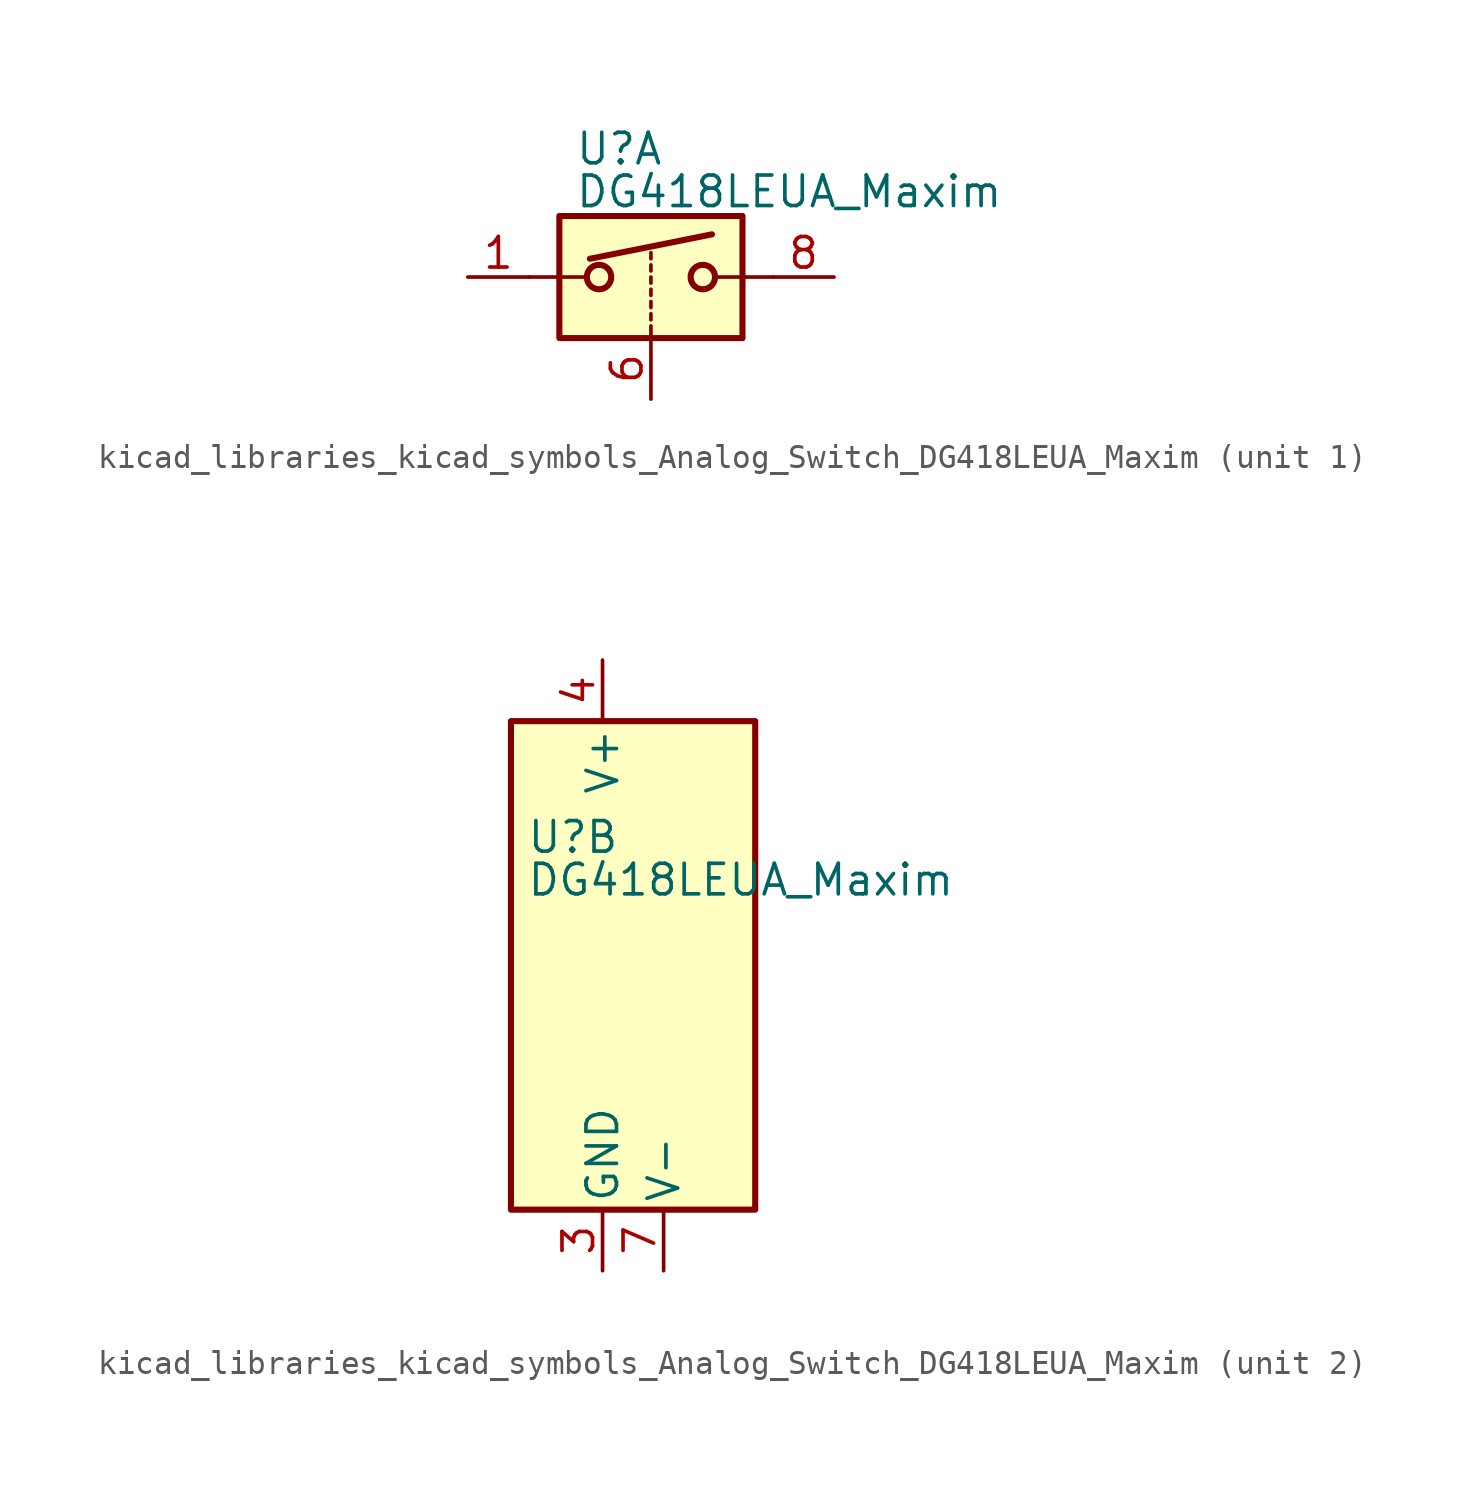
<source format=kicad_sym>
(kicad_symbol_lib
  (version 20220914)
  (generator kicad_symbol_editor)
  (symbol "kicad_libraries_kicad_symbols_Analog_Switch_DG418LEUA_Maxim"
    (pin_names
      (offset 0.254))
    (property "Reference" "U"
      (at -3.175 5.334 0)
      (effects (font (size 1.27 1.27)) (justify left)))
    (property "Value" "DG418LEUA_Maxim"
      (at -3.175 3.556 0)
      (effects (font (size 1.27 1.27)) (justify left)))
    (symbol "kicad_libraries_kicad_symbols_Analog_Switch_DG418LEUA_Maxim_1_1"
      (rectangle (start -3.81 2.54) (end 3.81 -2.54) (stroke (width 0.254) (type default)) (fill (type background)))
      (circle (center -2.159 0) (radius 0.508) (stroke (width 0.254) (type default)) (fill (type none)))
      (polyline (pts (xy -5.08 0) (xy -2.794 0)) (stroke (width 0) (type default)) (fill (type none)))
      (polyline (pts (xy -2.54 0.762) (xy 2.54 1.778)) (stroke (width 0.254) (type default)) (fill (type none)))
      (polyline (pts (xy 0 -2.54) (xy 0 -2.032)) (stroke (width 0) (type default)) (fill (type none)))
      (polyline (pts (xy 0 -1.778) (xy 0 -1.524)) (stroke (width 0) (type default)) (fill (type none)))
      (polyline (pts (xy 0 -1.27) (xy 0 -1.016)) (stroke (width 0) (type default)) (fill (type none)))
      (polyline (pts (xy 0 -0.762) (xy 0 -0.508)) (stroke (width 0) (type default)) (fill (type none)))
      (polyline (pts (xy 0 -0.254) (xy 0 0)) (stroke (width 0) (type default)) (fill (type none)))
      (polyline (pts (xy 0 0.254) (xy 0 0.508)) (stroke (width 0) (type default)) (fill (type none)))
      (polyline (pts (xy 0 0.762) (xy 0 1.016)) (stroke (width 0) (type default)) (fill (type none)))
      (polyline (pts (xy 5.08 0) (xy 2.794 0)) (stroke (width 0) (type default)) (fill (type none)))
      (circle (center 2.159 0) (radius 0.508) (stroke (width 0.254) (type default)) (fill (type none)))
      (pin passive line (at -7.62 0 0) (length 2.54) (name "~" (effects (font (size 1.27 1.27)))) (number "1" (effects (font (size 1.27 1.27)))))
      (pin input line (at 0 -5.08 90) (length 2.54) (name "~" (effects (font (size 1.27 1.27)))) (number "6" (effects (font (size 1.27 1.27)))))
      (pin passive line (at 7.62 0 180) (length 2.54) (name "~" (effects (font (size 1.27 1.27)))) (number "8" (effects (font (size 1.27 1.27))))))
    (symbol "kicad_libraries_kicad_symbols_Analog_Switch_DG418LEUA_Maxim_2_0"
      (pin no_connect line (at -2.54 10.16 270) (length 2.54) hide (name "NC" (effects (font (size 1.27 1.27)))) (number "2" (effects (font (size 1.27 1.27)))))
      (pin power_in line (at 0 -12.7 90) (length 2.54) (name "GND" (effects (font (size 1.27 1.27)))) (number "3" (effects (font (size 1.27 1.27)))))
      (pin power_in line (at 0 12.7 270) (length 2.54) (name "V+" (effects (font (size 1.27 1.27)))) (number "4" (effects (font (size 1.27 1.27)))))
      (pin no_connect line (at 2.54 10.16 270) (length 2.54) hide (name "NC" (effects (font (size 1.27 1.27)))) (number "5" (effects (font (size 1.27 1.27)))))
      (pin power_in line (at 2.54 -12.7 90) (length 2.54) (name "V-" (effects (font (size 1.27 1.27)))) (number "7" (effects (font (size 1.27 1.27))))))
    (symbol "kicad_libraries_kicad_symbols_Analog_Switch_DG418LEUA_Maxim_2_1"
      (rectangle (start -3.81 10.16) (end 6.35 -10.16) (stroke (width 0.254) (type default)) (fill (type background))))))
</source>
